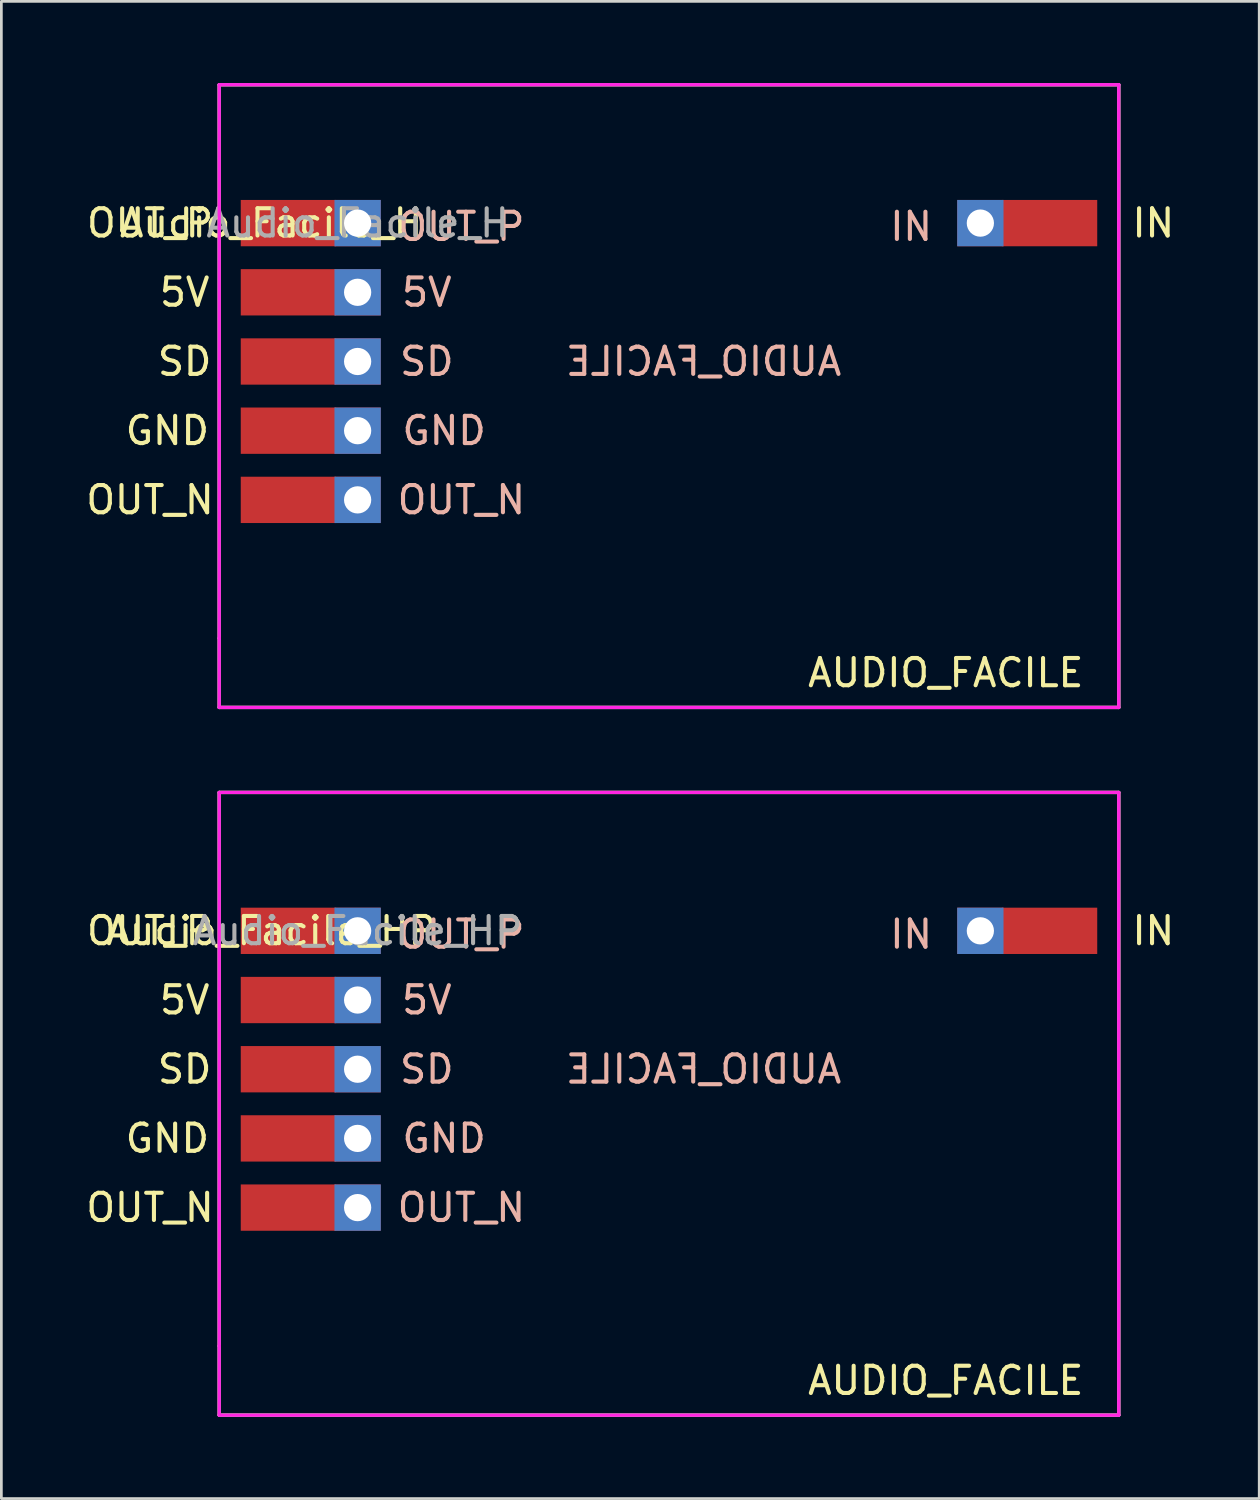
<source format=kicad_pcb>
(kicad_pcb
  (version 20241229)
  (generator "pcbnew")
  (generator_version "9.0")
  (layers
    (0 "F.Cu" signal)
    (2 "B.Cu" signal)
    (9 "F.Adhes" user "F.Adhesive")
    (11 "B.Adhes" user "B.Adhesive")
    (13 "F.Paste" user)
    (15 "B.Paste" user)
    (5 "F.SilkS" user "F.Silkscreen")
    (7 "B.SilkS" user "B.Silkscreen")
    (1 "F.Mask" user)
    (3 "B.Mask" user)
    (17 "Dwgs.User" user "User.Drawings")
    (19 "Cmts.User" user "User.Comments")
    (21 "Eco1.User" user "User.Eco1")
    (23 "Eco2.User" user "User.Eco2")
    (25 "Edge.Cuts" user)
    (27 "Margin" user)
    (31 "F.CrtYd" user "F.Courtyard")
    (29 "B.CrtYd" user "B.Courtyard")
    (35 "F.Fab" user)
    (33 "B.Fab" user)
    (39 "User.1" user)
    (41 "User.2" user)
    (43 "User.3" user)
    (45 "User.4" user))
  (footprint "Audio_Facile_H"
    (layer "F.Cu")
    (at 10.078 5.14)
    (property "Reference" "Audio_Facile_H" (at -3.175 0 0) (layer "F.SilkS") (effects (font (size 1 1) (thickness 0.15))))
    (attr through_hole)
    (fp_line (start -5.08 -5.08) (end 27.94 -5.08) (stroke (width 0.12) (type solid)) (layer "F.SilkS"))
    (fp_line (start -5.08 15.24) (end -5.08 -5.08) (stroke (width 0.12) (type solid)) (layer "F.SilkS"))
    (fp_line (start -5.08 17.78) (end -5.08 15.24) (stroke (width 0.12) (type solid)) (layer "F.SilkS"))
    (fp_line (start 27.94 -5.08) (end 27.94 17.78) (stroke (width 0.12) (type solid)) (layer "F.SilkS"))
    (fp_line (start 27.94 17.78) (end -5.08 17.78) (stroke (width 0.12) (type solid)) (layer "F.SilkS"))
    (fp_line (start -2.54 -1.27) (end -2.54 11.43) (stroke (width 0.12) (type solid)) (layer "Eco1.User"))
    (fp_line (start -2.54 11.43) (end -1.27 11.43) (stroke (width 0.12) (type solid)) (layer "Eco1.User"))
    (fp_line (start -1.27 -3.81) (end -1.27 -1.27) (stroke (width 0.12) (type solid)) (layer "Eco1.User"))
    (fp_line (start -1.27 -1.27) (end -2.54 -1.27) (stroke (width 0.12) (type solid)) (layer "Eco1.User"))
    (fp_line (start -1.27 11.43) (end -1.27 16.51) (stroke (width 0.12) (type solid)) (layer "Eco1.User"))
    (fp_line (start -1.27 16.51) (end 24.13 16.51) (stroke (width 0.12) (type solid)) (layer "Eco1.User"))
    (fp_line (start 24.13 -3.81) (end -1.27 -3.81) (stroke (width 0.12) (type solid)) (layer "Eco1.User"))
    (fp_line (start 24.13 -3.81) (end 24.13 -1.27) (stroke (width 0.12) (type solid)) (layer "Eco1.User"))
    (fp_line (start 24.13 16.51) (end 24.13 1.27) (stroke (width 0.12) (type solid)) (layer "Eco1.User"))
    (fp_line (start 25.4 -1.27) (end 24.13 -1.27) (stroke (width 0.12) (type solid)) (layer "Eco1.User"))
    (fp_line (start 25.4 -1.27) (end 25.4 1.27) (stroke (width 0.12) (type solid)) (layer "Eco1.User"))
    (fp_line (start 25.4 1.27) (end 24.13 1.27) (stroke (width 0.12) (type solid)) (layer "Eco1.User"))
    (fp_line (start -5.08 -5.08) (end -5.08 15.24) (stroke (width 0.12) (type solid)) (layer "F.CrtYd"))
    (fp_line (start -5.08 17.78) (end -5.08 15.24) (stroke (width 0.12) (type solid)) (layer "F.CrtYd"))
    (fp_line (start 27.94 -5.08) (end -5.08 -5.08) (stroke (width 0.12) (type solid)) (layer "F.CrtYd"))
    (fp_line (start 27.94 -5.08) (end 27.94 17.78) (stroke (width 0.12) (type solid)) (layer "F.CrtYd"))
    (fp_line (start 27.94 17.78) (end -5.08 17.78) (stroke (width 0.12) (type solid)) (layer "F.CrtYd"))
    (fp_line (start -5.08 -5.08) (end 27.94 -5.08) (stroke (width 0.12) (type solid)) (layer "F.Fab"))
    (fp_line (start -5.08 15.24) (end -5.08 -5.08) (stroke (width 0.12) (type solid)) (layer "F.Fab"))
    (fp_line (start -5.08 15.24) (end -5.08 17.78) (stroke (width 0.12) (type solid)) (layer "F.Fab"))
    (fp_line (start -5.08 17.78) (end 27.94 17.78) (stroke (width 0.12) (type solid)) (layer "F.Fab"))
    (fp_line (start 27.94 17.78) (end 27.94 -5.08) (stroke (width 0.12) (type solid)) (layer "F.Fab"))
    (fp_text user "AUDIO_FACILE" (at 21.59 16.51 0) (layer "F.SilkS") (effects (font (size 1 1) (thickness 0.15))))
    (fp_text user "IN" (at 29.21 0 0) (layer "F.SilkS") (effects (font (size 1 1) (thickness 0.15))))
    (fp_text user "OUT_P" (at -7.62 0 0) (layer "F.SilkS") (effects (font (size 1 1) (thickness 0.15))))
    (fp_text user "5V" (at -6.35 2.54 0) (layer "F.SilkS") (effects (font (size 1 1) (thickness 0.15))))
    (fp_text user "GND" (at -6.985 7.62 0) (layer "F.SilkS") (effects (font (size 1 1) (thickness 0.15))))
    (fp_text user "OUT_N" (at -7.62 10.16 0) (layer "F.SilkS") (effects (font (size 1 1) (thickness 0.15))))
    (fp_text user "SD" (at -6.35 5.08 0) (layer "F.SilkS") (effects (font (size 1 1) (thickness 0.15))))
    (fp_text user "5V" (at 2.54 2.54 0) (layer "B.SilkS") (effects (font (size 1 1) (thickness 0.15))))
    (fp_text user "OUT_N" (at 3.81 10.16 0) (layer "B.SilkS") (effects (font (size 1 1) (thickness 0.15))))
    (fp_text user "OUT_P" (at 3.81 0.127 0) (layer "B.SilkS") (effects (font (size 1 1) (thickness 0.15))))
    (fp_text user "SD" (at 2.54 5.08 0) (layer "B.SilkS") (effects (font (size 1 1) (thickness 0.15))))
    (fp_text user "IN" (at 20.32 0.127 0) (layer "B.SilkS") (effects (font (size 1 1) (thickness 0.15))))
    (fp_text user "GND" (at 3.175 7.62 0) (layer "B.SilkS") (effects (font (size 1 1) (thickness 0.15))))
    (fp_text user "AUDIO_FACILE" (at 12.7 5.08 0) (layer "B.SilkS") (effects (font (size 1 1) (thickness 0.15)) (justify mirror)))
    (fp_text user "${REFERENCE}" (at 0 0 180) (layer "F.Fab") (effects (font (size 1 1) (thickness 0.15))))
    (pad "1" smd rect (at -2.54 0 180) (size 3.5 1.7) (layers "F.Cu" "F.Mask" "F.Paste"))
    (pad "1" thru_hole rect (at 0 0) (size 1.7 1.7) (drill 1) (layers "*.Cu" "*.Mask"))
    (pad "2" smd rect (at -2.54 2.54 180) (size 3.5 1.7) (layers "F.Cu" "F.Mask" "F.Paste"))
    (pad "2" thru_hole rect (at 0 2.54) (size 1.7 1.7) (drill 1) (layers "*.Cu" "*.Mask"))
    (pad "3" smd rect (at -2.54 5.08 180) (size 3.5 1.7) (layers "F.Cu" "F.Mask" "F.Paste"))
    (pad "3" thru_hole rect (at 0 5.08) (size 1.7 1.7) (drill 1) (layers "*.Cu" "*.Mask"))
    (pad "4" smd rect (at -2.54 7.62 180) (size 3.5 1.7) (layers "F.Cu" "F.Mask" "F.Paste"))
    (pad "4" thru_hole rect (at 0 7.62) (size 1.7 1.7) (drill 1) (layers "*.Cu" "*.Mask"))
    (pad "5" smd rect (at -2.54 10.16 180) (size 3.5 1.7) (layers "F.Cu" "F.Mask" "F.Paste"))
    (pad "5" thru_hole rect (at 0 10.16) (size 1.7 1.7) (drill 1) (layers "*.Cu" "*.Mask"))
    (pad "6" thru_hole rect (at 22.86 0) (size 1.7 1.7) (drill 1) (layers "*.Cu" "*.Mask"))
    (pad "6" smd rect (at 25.4 0 180) (size 3.5 1.7) (layers "F.Cu" "F.Mask" "F.Paste")))
  (footprint "Audio_Facile_HP"
    (layer "F.Cu")
    (at 10.078 31.12)
    (property "Reference" "Audio_Facile_HP" (at -3.175 0 0) (layer "F.SilkS") (effects (font (size 1 1) (thickness 0.15))))
    (attr through_hole)
    (fp_line (start -5.08 -5.08) (end 27.94 -5.08) (stroke (width 0.12) (type solid)) (layer "F.SilkS"))
    (fp_line (start -5.08 15.24) (end -5.08 -5.08) (stroke (width 0.12) (type solid)) (layer "F.SilkS"))
    (fp_line (start -5.08 17.78) (end -5.08 15.24) (stroke (width 0.12) (type solid)) (layer "F.SilkS"))
    (fp_line (start 27.94 -5.08) (end 27.94 17.78) (stroke (width 0.12) (type solid)) (layer "F.SilkS"))
    (fp_line (start 27.94 17.78) (end -5.08 17.78) (stroke (width 0.12) (type solid)) (layer "F.SilkS"))
    (fp_line (start -2.54 -1.27) (end -2.54 11.43) (stroke (width 0.12) (type solid)) (layer "Eco1.User"))
    (fp_line (start -2.54 11.43) (end -1.27 11.43) (stroke (width 0.12) (type solid)) (layer "Eco1.User"))
    (fp_line (start -1.27 -3.81) (end -1.27 -1.27) (stroke (width 0.12) (type solid)) (layer "Eco1.User"))
    (fp_line (start -1.27 -1.27) (end -2.54 -1.27) (stroke (width 0.12) (type solid)) (layer "Eco1.User"))
    (fp_line (start -1.27 11.43) (end -1.27 16.51) (stroke (width 0.12) (type solid)) (layer "Eco1.User"))
    (fp_line (start -1.27 16.51) (end 24.13 16.51) (stroke (width 0.12) (type solid)) (layer "Eco1.User"))
    (fp_line (start 24.13 -3.81) (end -1.27 -3.81) (stroke (width 0.12) (type solid)) (layer "Eco1.User"))
    (fp_line (start 24.13 -3.81) (end 24.13 -1.27) (stroke (width 0.12) (type solid)) (layer "Eco1.User"))
    (fp_line (start 24.13 16.51) (end 24.13 1.27) (stroke (width 0.12) (type solid)) (layer "Eco1.User"))
    (fp_line (start 25.4 -1.27) (end 24.13 -1.27) (stroke (width 0.12) (type solid)) (layer "Eco1.User"))
    (fp_line (start 25.4 -1.27) (end 25.4 1.27) (stroke (width 0.12) (type solid)) (layer "Eco1.User"))
    (fp_line (start 25.4 1.27) (end 24.13 1.27) (stroke (width 0.12) (type solid)) (layer "Eco1.User"))
    (fp_line (start -5.08 -5.08) (end -5.08 15.24) (stroke (width 0.12) (type solid)) (layer "F.CrtYd"))
    (fp_line (start -5.08 17.78) (end -5.08 15.24) (stroke (width 0.12) (type solid)) (layer "F.CrtYd"))
    (fp_line (start 27.94 -5.08) (end -5.08 -5.08) (stroke (width 0.12) (type solid)) (layer "F.CrtYd"))
    (fp_line (start 27.94 -5.08) (end 27.94 17.78) (stroke (width 0.12) (type solid)) (layer "F.CrtYd"))
    (fp_line (start 27.94 17.78) (end -5.08 17.78) (stroke (width 0.12) (type solid)) (layer "F.CrtYd"))
    (fp_line (start -5.08 -5.08) (end 27.94 -5.08) (stroke (width 0.12) (type solid)) (layer "F.Fab"))
    (fp_line (start -5.08 15.24) (end -5.08 -5.08) (stroke (width 0.12) (type solid)) (layer "F.Fab"))
    (fp_line (start -5.08 15.24) (end -5.08 17.78) (stroke (width 0.12) (type solid)) (layer "F.Fab"))
    (fp_line (start -5.08 17.78) (end 27.94 17.78) (stroke (width 0.12) (type solid)) (layer "F.Fab"))
    (fp_line (start 27.94 17.78) (end 27.94 -5.08) (stroke (width 0.12) (type solid)) (layer "F.Fab"))
    (fp_text user "OUT_P" (at -7.62 0 0) (layer "F.SilkS") (effects (font (size 1 1) (thickness 0.15))))
    (fp_text user "IN" (at 29.21 0 0) (layer "F.SilkS") (effects (font (size 1 1) (thickness 0.15))))
    (fp_text user "GND" (at -6.985 7.62 0) (layer "F.SilkS") (effects (font (size 1 1) (thickness 0.15))))
    (fp_text user "OUT_N" (at -7.62 10.16 0) (layer "F.SilkS") (effects (font (size 1 1) (thickness 0.15))))
    (fp_text user "5V" (at -6.35 2.54 0) (layer "F.SilkS") (effects (font (size 1 1) (thickness 0.15))))
    (fp_text user "AUDIO_FACILE" (at 21.59 16.51 0) (layer "F.SilkS") (effects (font (size 1 1) (thickness 0.15))))
    (fp_text user "SD" (at -6.35 5.08 0) (layer "F.SilkS") (effects (font (size 1 1) (thickness 0.15))))
    (fp_text user "SD" (at 2.54 5.08 0) (layer "B.SilkS") (effects (font (size 1 1) (thickness 0.15))))
    (fp_text user "OUT_P" (at 3.81 0.127 0) (layer "B.SilkS") (effects (font (size 1 1) (thickness 0.15))))
    (fp_text user "IN" (at 20.32 0.127 0) (layer "B.SilkS") (effects (font (size 1 1) (thickness 0.15))))
    (fp_text user "5V" (at 2.54 2.54 0) (layer "B.SilkS") (effects (font (size 1 1) (thickness 0.15))))
    (fp_text user "OUT_N" (at 3.81 10.16 0) (layer "B.SilkS") (effects (font (size 1 1) (thickness 0.15))))
    (fp_text user "GND" (at 3.175 7.62 0) (layer "B.SilkS") (effects (font (size 1 1) (thickness 0.15))))
    (fp_text user "AUDIO_FACILE" (at 12.7 5.08 0) (layer "B.SilkS") (effects (font (size 1 1) (thickness 0.15)) (justify mirror)))
    (fp_text user "${REFERENCE}" (at 0 0 180) (layer "F.Fab") (effects (font (size 1 1) (thickness 0.15))))
    (pad "1" smd rect (at -2.54 0 180) (size 3.5 1.7) (layers "F.Cu" "F.Mask" "F.Paste"))
    (pad "1" thru_hole rect (at 0 0) (size 1.7 1.7) (drill 1) (layers "*.Cu" "*.Mask"))
    (pad "2" smd rect (at -2.54 2.54 180) (size 3.5 1.7) (layers "F.Cu" "F.Mask" "F.Paste"))
    (pad "2" thru_hole rect (at 0 2.54) (size 1.7 1.7) (drill 1) (layers "*.Cu" "*.Mask"))
    (pad "3" smd rect (at -2.54 5.08 180) (size 3.5 1.7) (layers "F.Cu" "F.Mask" "F.Paste"))
    (pad "3" thru_hole rect (at 0 5.08) (size 1.7 1.7) (drill 1) (layers "*.Cu" "*.Mask"))
    (pad "4" smd rect (at -2.54 7.62 180) (size 3.5 1.7) (layers "F.Cu" "F.Mask" "F.Paste"))
    (pad "4" thru_hole rect (at 0 7.62) (size 1.7 1.7) (drill 1) (layers "*.Cu" "*.Mask"))
    (pad "5" smd rect (at -2.54 10.16 180) (size 3.5 1.7) (layers "F.Cu" "F.Mask" "F.Paste"))
    (pad "5" thru_hole rect (at 0 10.16) (size 1.7 1.7) (drill 1) (layers "*.Cu" "*.Mask"))
    (pad "6" thru_hole rect (at 22.86 0) (size 1.7 1.7) (drill 1) (layers "*.Cu" "*.Mask"))
    (pad "6" smd rect (at 25.4 0 180) (size 3.5 1.7) (layers "F.Cu" "F.Mask" "F.Paste")))
  (gr_rect
    (start -3 -3)
    (end 43.175 51.96)
    (stroke (width 0.1) (type default))
    (fill no)
    (layer "Edge.Cuts")))
</source>
